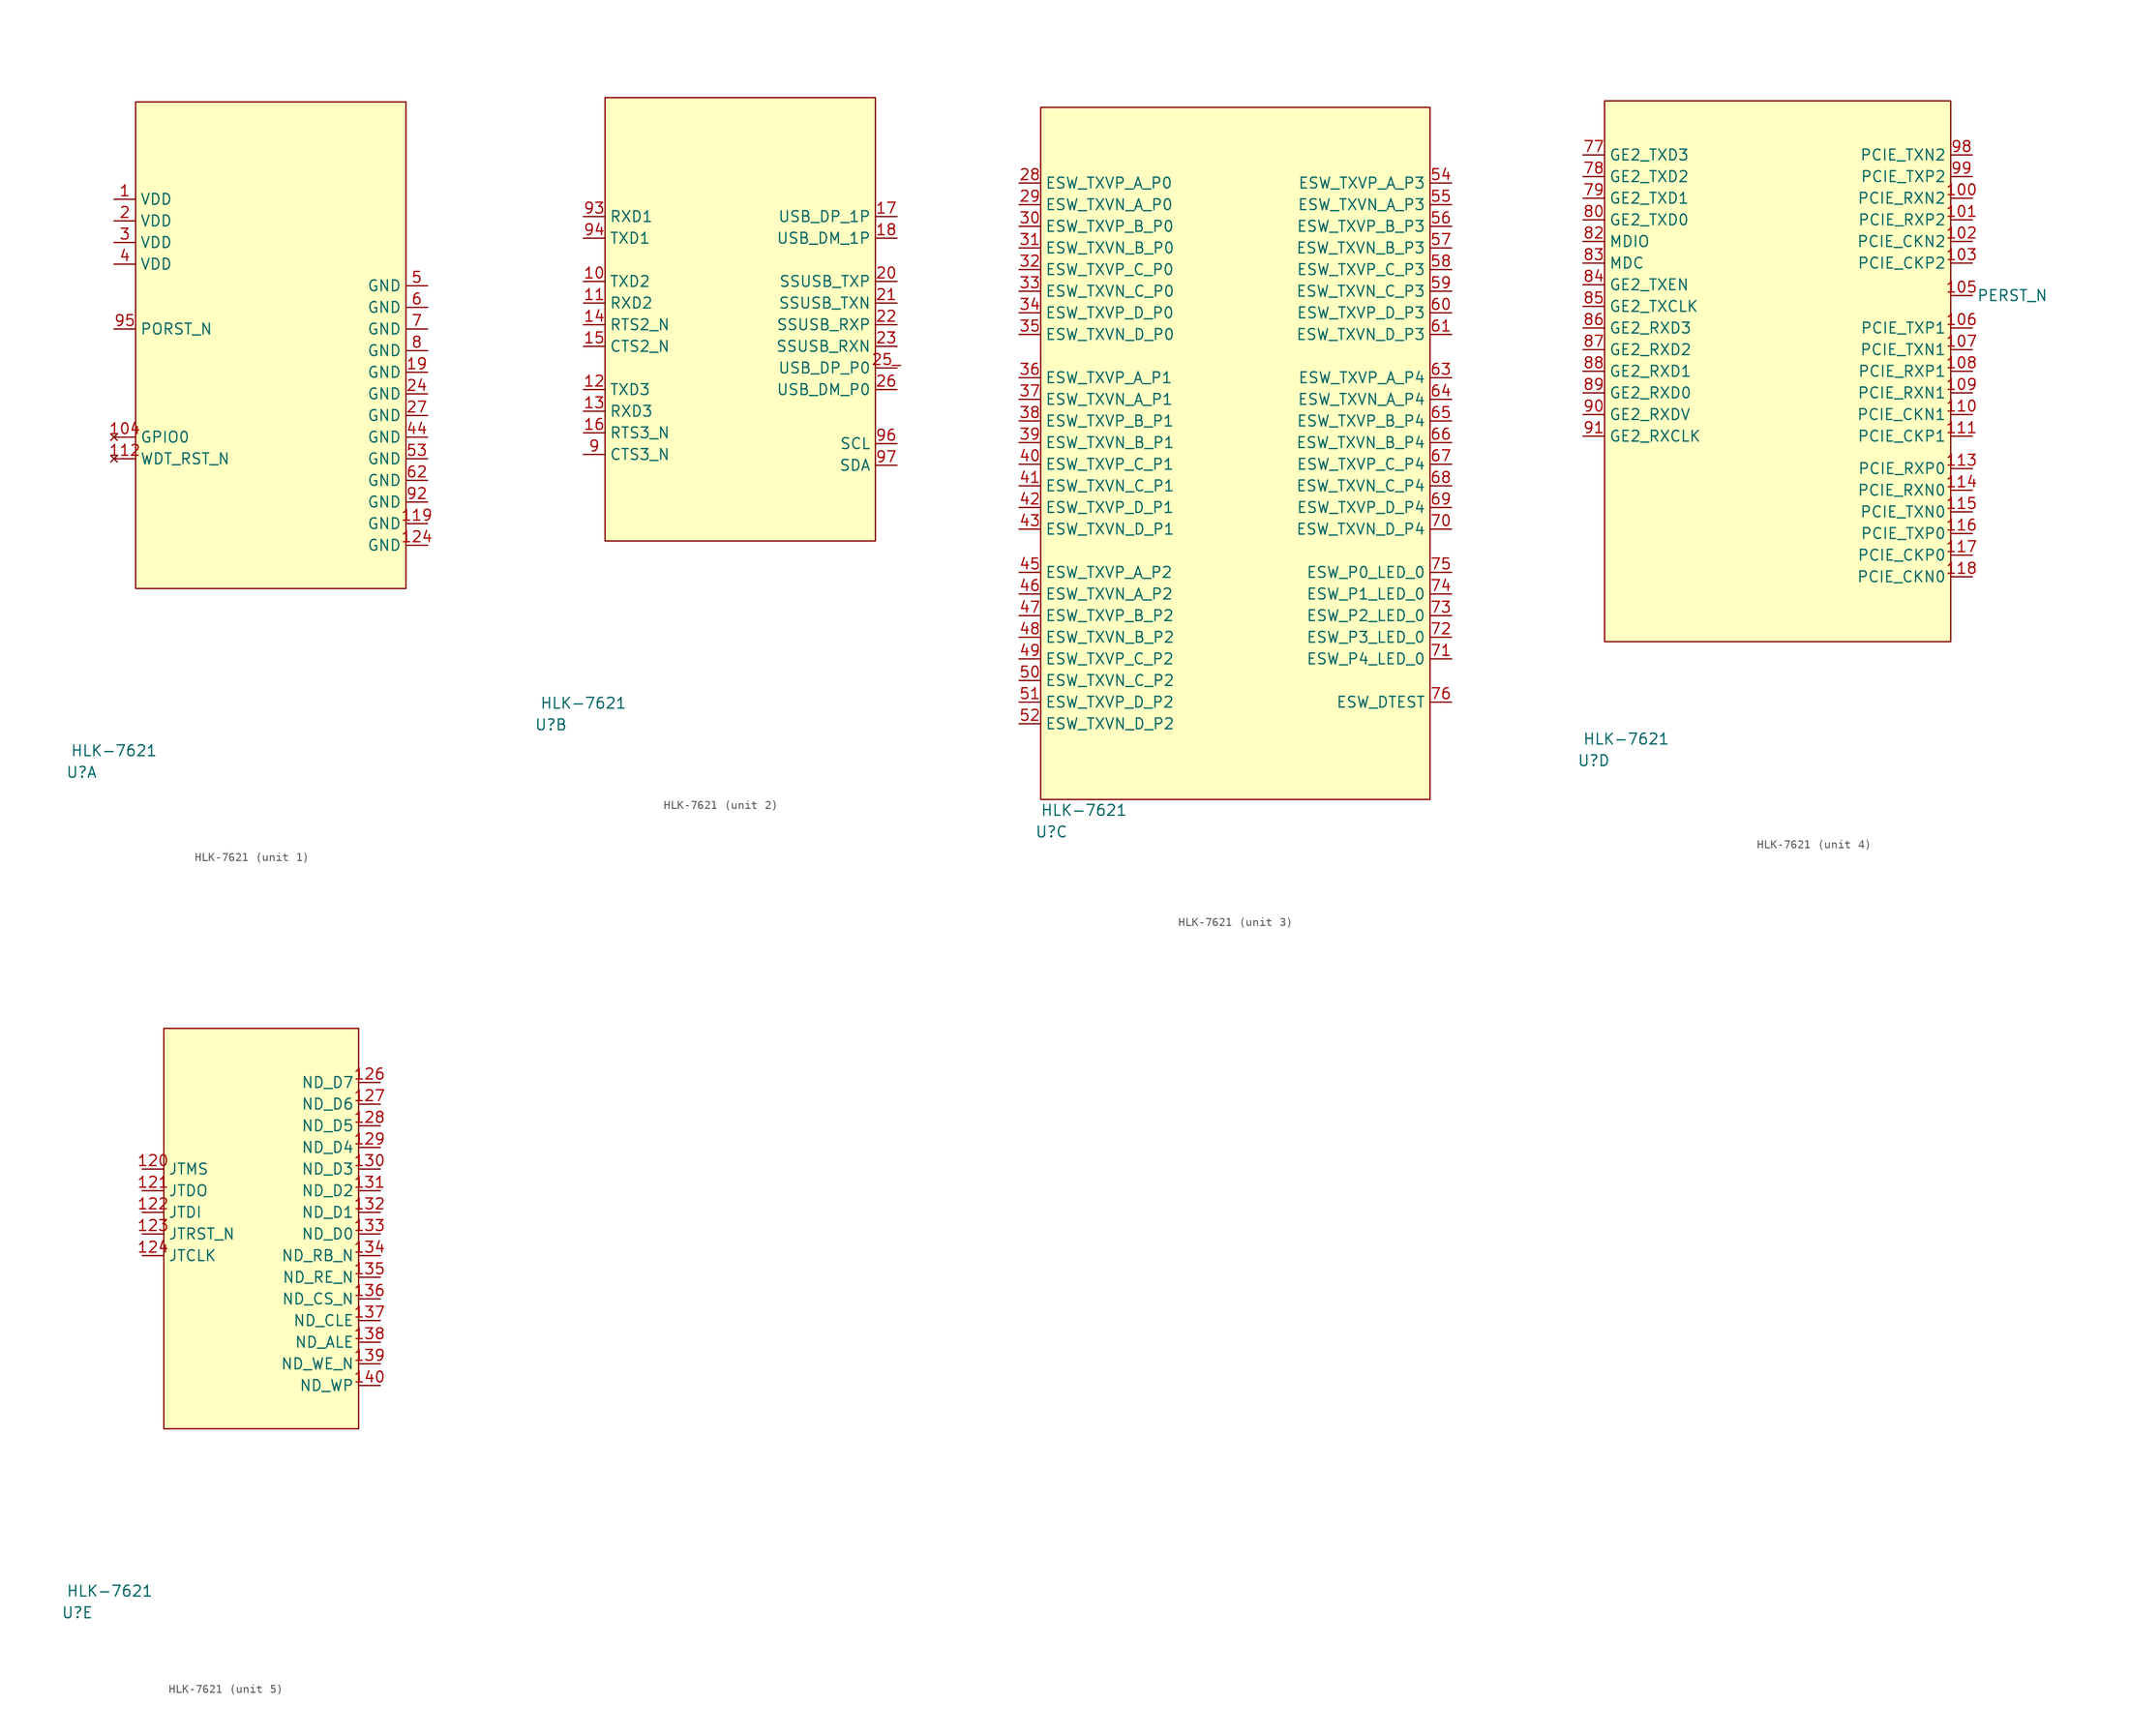
<source format=kicad_sym>
(kicad_symbol_lib
  (version 20211014)
  (generator kicad_symbol_editor)
  (symbol "HLK-7621"
    (property "Reference" "U"
      (at -21.59 -46.99 0)
      (effects (font (size 1.27 1.27))))
    (property "Value" "HLK-7621"
      (at -17.78 -44.45 0)
      (effects (font (size 1.27 1.27))))
    (property "ki_locked" ""
      (at 0 0 0)
      (effects (font (size 1.27 1.27))))
    (symbol "HLK-7621_1_1"
      (rectangle (start -15.24 31.75) (end 16.51 -25.4) (stroke (width 0) (type default) (color 0 0 0 0)) (fill (type background)))
      (pin power_in line (at -17.78 20.32 0) (length 2.54) (name "VDD" (effects (font (size 1.27 1.27)))) (number "1" (effects (font (size 1.27 1.27)))))
      (pin no_connect line (at -17.78 -7.62 0) (length 2.54) (name "GPIO0" (effects (font (size 1.27 1.27)))) (number "104" (effects (font (size 1.27 1.27)))))
      (pin no_connect line (at -17.78 -10.16 0) (length 2.54) (name "WDT_RST_N" (effects (font (size 1.27 1.27)))) (number "112" (effects (font (size 1.27 1.27)))))
      (pin power_in line (at 19.05 -17.78 180) (length 2.54) (name "GND" (effects (font (size 1.27 1.27)))) (number "119" (effects (font (size 1.27 1.27)))))
      (pin power_in line (at 19.05 -20.32 180) (length 2.54) (name "GND" (effects (font (size 1.27 1.27)))) (number "124" (effects (font (size 1.27 1.27)))))
      (pin power_in line (at 19.05 0 180) (length 2.54) (name "GND" (effects (font (size 1.27 1.27)))) (number "19" (effects (font (size 1.27 1.27)))))
      (pin power_in line (at -17.78 17.78 0) (length 2.54) (name "VDD" (effects (font (size 1.27 1.27)))) (number "2" (effects (font (size 1.27 1.27)))))
      (pin power_in line (at 19.05 -2.54 180) (length 2.54) (name "GND" (effects (font (size 1.27 1.27)))) (number "24" (effects (font (size 1.27 1.27)))))
      (pin power_in line (at 19.05 -5.08 180) (length 2.54) (name "GND" (effects (font (size 1.27 1.27)))) (number "27" (effects (font (size 1.27 1.27)))))
      (pin power_in line (at -17.78 15.24 0) (length 2.54) (name "VDD" (effects (font (size 1.27 1.27)))) (number "3" (effects (font (size 1.27 1.27)))))
      (pin power_in line (at -17.78 12.7 0) (length 2.54) (name "VDD" (effects (font (size 1.27 1.27)))) (number "4" (effects (font (size 1.27 1.27)))))
      (pin power_in line (at 19.05 -7.62 180) (length 2.54) (name "GND" (effects (font (size 1.27 1.27)))) (number "44" (effects (font (size 1.27 1.27)))))
      (pin power_in line (at 19.05 10.16 180) (length 2.54) (name "GND" (effects (font (size 1.27 1.27)))) (number "5" (effects (font (size 1.27 1.27)))))
      (pin power_in line (at 19.05 -10.16 180) (length 2.54) (name "GND" (effects (font (size 1.27 1.27)))) (number "53" (effects (font (size 1.27 1.27)))))
      (pin power_in line (at 19.05 7.62 180) (length 2.54) (name "GND" (effects (font (size 1.27 1.27)))) (number "6" (effects (font (size 1.27 1.27)))))
      (pin power_in line (at 19.05 -12.7 180) (length 2.54) (name "GND" (effects (font (size 1.27 1.27)))) (number "62" (effects (font (size 1.27 1.27)))))
      (pin power_in line (at 19.05 5.08 180) (length 2.54) (name "GND" (effects (font (size 1.27 1.27)))) (number "7" (effects (font (size 1.27 1.27)))))
      (pin power_in line (at 19.05 2.54 180) (length 2.54) (name "GND" (effects (font (size 1.27 1.27)))) (number "8" (effects (font (size 1.27 1.27)))))
      (pin power_in line (at 19.05 -15.24 180) (length 2.54) (name "GND" (effects (font (size 1.27 1.27)))) (number "92" (effects (font (size 1.27 1.27)))))
      (pin input line (at -17.78 5.08 0) (length 2.54) (name "PORST_N" (effects (font (size 1.27 1.27)))) (number "95" (effects (font (size 1.27 1.27))))))
    (symbol "HLK-7621_2_1"
      (rectangle (start -15.24 26.67) (end 16.51 -25.4) (stroke (width 0) (type default) (color 0 0 0 0)) (fill (type background)))
      (pin output line (at -17.78 5.08 0) (length 2.54) (name "TXD2" (effects (font (size 1.27 1.27)))) (number "10" (effects (font (size 1.27 1.27)))))
      (pin input line (at -17.78 2.54 0) (length 2.54) (name "RXD2" (effects (font (size 1.27 1.27)))) (number "11" (effects (font (size 1.27 1.27)))))
      (pin output line (at -17.78 -7.62 0) (length 2.54) (name "TXD3" (effects (font (size 1.27 1.27)))) (number "12" (effects (font (size 1.27 1.27)))))
      (pin input line (at -17.78 -10.16 0) (length 2.54) (name "RXD3" (effects (font (size 1.27 1.27)))) (number "13" (effects (font (size 1.27 1.27)))))
      (pin output line (at -17.78 0 0) (length 2.54) (name "RTS2_N" (effects (font (size 1.27 1.27)))) (number "14" (effects (font (size 1.27 1.27)))))
      (pin input line (at -17.78 -2.54 0) (length 2.54) (name "CTS2_N" (effects (font (size 1.27 1.27)))) (number "15" (effects (font (size 1.27 1.27)))))
      (pin output line (at -17.78 -12.7 0) (length 2.54) (name "RTS3_N" (effects (font (size 1.27 1.27)))) (number "16" (effects (font (size 1.27 1.27)))))
      (pin input line (at 19.05 12.7 180) (length 2.54) (name "USB_DP_1P" (effects (font (size 1.27 1.27)))) (number "17" (effects (font (size 1.27 1.27)))))
      (pin output line (at 19.05 10.16 180) (length 2.54) (name "USB_DM_1P" (effects (font (size 1.27 1.27)))) (number "18" (effects (font (size 1.27 1.27)))))
      (pin output line (at 19.05 5.08 180) (length 2.54) (name "SSUSB_TXP" (effects (font (size 1.27 1.27)))) (number "20" (effects (font (size 1.27 1.27)))))
      (pin output line (at 19.05 2.54 180) (length 2.54) (name "SSUSB_TXN" (effects (font (size 1.27 1.27)))) (number "21" (effects (font (size 1.27 1.27)))))
      (pin input line (at 19.05 0 180) (length 2.54) (name "SSUSB_RXP" (effects (font (size 1.27 1.27)))) (number "22" (effects (font (size 1.27 1.27)))))
      (pin input line (at 19.05 -2.54 180) (length 2.54) (name "SSUSB_RXN" (effects (font (size 1.27 1.27)))) (number "23" (effects (font (size 1.27 1.27)))))
      (pin input line (at 19.05 -5.08 180) (length 2.54) (name "USB_DP_P0" (effects (font (size 1.27 1.27)))) (number "25_" (effects (font (size 1.27 1.27)))))
      (pin output line (at 19.05 -7.62 180) (length 2.54) (name "USB_DM_P0" (effects (font (size 1.27 1.27)))) (number "26" (effects (font (size 1.27 1.27)))))
      (pin input line (at -17.78 -15.24 0) (length 2.54) (name "CTS3_N" (effects (font (size 1.27 1.27)))) (number "9" (effects (font (size 1.27 1.27)))))
      (pin input line (at -17.78 12.7 0) (length 2.54) (name "RXD1" (effects (font (size 1.27 1.27)))) (number "93" (effects (font (size 1.27 1.27)))))
      (pin output line (at -17.78 10.16 0) (length 2.54) (name "TXD1" (effects (font (size 1.27 1.27)))) (number "94" (effects (font (size 1.27 1.27)))))
      (pin bidirectional line (at 19.05 -13.97 180) (length 2.54) (name "SCL" (effects (font (size 1.27 1.27)))) (number "96" (effects (font (size 1.27 1.27)))))
      (pin bidirectional line (at 19.05 -16.51 180) (length 2.54) (name "SDA" (effects (font (size 1.27 1.27)))) (number "97" (effects (font (size 1.27 1.27))))))
    (symbol "HLK-7621_3_1"
      (rectangle (start -22.86 38.1) (end 22.86 -43.18) (stroke (width 0) (type default) (color 0 0 0 0)) (fill (type background)))
      (pin bidirectional line (at -25.4 29.21 0) (length 2.54) (name "ESW_TXVP_A_P0" (effects (font (size 1.27 1.27)))) (number "28" (effects (font (size 1.27 1.27)))))
      (pin bidirectional line (at -25.4 26.67 0) (length 2.54) (name "ESW_TXVN_A_P0" (effects (font (size 1.27 1.27)))) (number "29" (effects (font (size 1.27 1.27)))))
      (pin bidirectional line (at -25.4 24.13 0) (length 2.54) (name "ESW_TXVP_B_P0" (effects (font (size 1.27 1.27)))) (number "30" (effects (font (size 1.27 1.27)))))
      (pin bidirectional line (at -25.4 21.59 0) (length 2.54) (name "ESW_TXVN_B_P0" (effects (font (size 1.27 1.27)))) (number "31" (effects (font (size 1.27 1.27)))))
      (pin bidirectional line (at -25.4 19.05 0) (length 2.54) (name "ESW_TXVP_C_P0" (effects (font (size 1.27 1.27)))) (number "32" (effects (font (size 1.27 1.27)))))
      (pin bidirectional line (at -25.4 16.51 0) (length 2.54) (name "ESW_TXVN_C_P0" (effects (font (size 1.27 1.27)))) (number "33" (effects (font (size 1.27 1.27)))))
      (pin bidirectional line (at -25.4 13.97 0) (length 2.54) (name "ESW_TXVP_D_P0" (effects (font (size 1.27 1.27)))) (number "34" (effects (font (size 1.27 1.27)))))
      (pin bidirectional line (at -25.4 11.43 0) (length 2.54) (name "ESW_TXVN_D_P0" (effects (font (size 1.27 1.27)))) (number "35" (effects (font (size 1.27 1.27)))))
      (pin bidirectional line (at -25.4 6.35 0) (length 2.54) (name "ESW_TXVP_A_P1" (effects (font (size 1.27 1.27)))) (number "36" (effects (font (size 1.27 1.27)))))
      (pin bidirectional line (at -25.4 3.81 0) (length 2.54) (name "ESW_TXVN_A_P1" (effects (font (size 1.27 1.27)))) (number "37" (effects (font (size 1.27 1.27)))))
      (pin bidirectional line (at -25.4 1.27 0) (length 2.54) (name "ESW_TXVP_B_P1" (effects (font (size 1.27 1.27)))) (number "38" (effects (font (size 1.27 1.27)))))
      (pin bidirectional line (at -25.4 -1.27 0) (length 2.54) (name "ESW_TXVN_B_P1" (effects (font (size 1.27 1.27)))) (number "39" (effects (font (size 1.27 1.27)))))
      (pin bidirectional line (at -25.4 -3.81 0) (length 2.54) (name "ESW_TXVP_C_P1" (effects (font (size 1.27 1.27)))) (number "40" (effects (font (size 1.27 1.27)))))
      (pin bidirectional line (at -25.4 -6.35 0) (length 2.54) (name "ESW_TXVN_C_P1" (effects (font (size 1.27 1.27)))) (number "41" (effects (font (size 1.27 1.27)))))
      (pin bidirectional line (at -25.4 -8.89 0) (length 2.54) (name "ESW_TXVP_D_P1" (effects (font (size 1.27 1.27)))) (number "42" (effects (font (size 1.27 1.27)))))
      (pin bidirectional line (at -25.4 -11.43 0) (length 2.54) (name "ESW_TXVN_D_P1" (effects (font (size 1.27 1.27)))) (number "43" (effects (font (size 1.27 1.27)))))
      (pin bidirectional line (at -25.4 -16.51 0) (length 2.54) (name "ESW_TXVP_A_P2" (effects (font (size 1.27 1.27)))) (number "45" (effects (font (size 1.27 1.27)))))
      (pin bidirectional line (at -25.4 -19.05 0) (length 2.54) (name "ESW_TXVN_A_P2" (effects (font (size 1.27 1.27)))) (number "46" (effects (font (size 1.27 1.27)))))
      (pin bidirectional line (at -25.4 -21.59 0) (length 2.54) (name "ESW_TXVP_B_P2" (effects (font (size 1.27 1.27)))) (number "47" (effects (font (size 1.27 1.27)))))
      (pin bidirectional line (at -25.4 -24.13 0) (length 2.54) (name "ESW_TXVN_B_P2" (effects (font (size 1.27 1.27)))) (number "48" (effects (font (size 1.27 1.27)))))
      (pin bidirectional line (at -25.4 -26.67 0) (length 2.54) (name "ESW_TXVP_C_P2" (effects (font (size 1.27 1.27)))) (number "49" (effects (font (size 1.27 1.27)))))
      (pin bidirectional line (at -25.4 -29.21 0) (length 2.54) (name "ESW_TXVN_C_P2" (effects (font (size 1.27 1.27)))) (number "50" (effects (font (size 1.27 1.27)))))
      (pin bidirectional line (at -25.4 -31.75 0) (length 2.54) (name "ESW_TXVP_D_P2" (effects (font (size 1.27 1.27)))) (number "51" (effects (font (size 1.27 1.27)))))
      (pin bidirectional line (at -25.4 -34.29 0) (length 2.54) (name "ESW_TXVN_D_P2" (effects (font (size 1.27 1.27)))) (number "52" (effects (font (size 1.27 1.27)))))
      (pin bidirectional line (at 25.4 29.21 180) (length 2.54) (name "ESW_TXVP_A_P3" (effects (font (size 1.27 1.27)))) (number "54" (effects (font (size 1.27 1.27)))))
      (pin bidirectional line (at 25.4 26.67 180) (length 2.54) (name "ESW_TXVN_A_P3" (effects (font (size 1.27 1.27)))) (number "55" (effects (font (size 1.27 1.27)))))
      (pin bidirectional line (at 25.4 24.13 180) (length 2.54) (name "ESW_TXVP_B_P3" (effects (font (size 1.27 1.27)))) (number "56" (effects (font (size 1.27 1.27)))))
      (pin bidirectional line (at 25.4 21.59 180) (length 2.54) (name "ESW_TXVN_B_P3" (effects (font (size 1.27 1.27)))) (number "57" (effects (font (size 1.27 1.27)))))
      (pin bidirectional line (at 25.4 19.05 180) (length 2.54) (name "ESW_TXVP_C_P3" (effects (font (size 1.27 1.27)))) (number "58" (effects (font (size 1.27 1.27)))))
      (pin bidirectional line (at 25.4 16.51 180) (length 2.54) (name "ESW_TXVN_C_P3" (effects (font (size 1.27 1.27)))) (number "59" (effects (font (size 1.27 1.27)))))
      (pin bidirectional line (at 25.4 13.97 180) (length 2.54) (name "ESW_TXVP_D_P3" (effects (font (size 1.27 1.27)))) (number "60" (effects (font (size 1.27 1.27)))))
      (pin bidirectional line (at 25.4 11.43 180) (length 2.54) (name "ESW_TXVN_D_P3" (effects (font (size 1.27 1.27)))) (number "61" (effects (font (size 1.27 1.27)))))
      (pin bidirectional line (at 25.4 6.35 180) (length 2.54) (name "ESW_TXVP_A_P4" (effects (font (size 1.27 1.27)))) (number "63" (effects (font (size 1.27 1.27)))))
      (pin bidirectional line (at 25.4 3.81 180) (length 2.54) (name "ESW_TXVN_A_P4" (effects (font (size 1.27 1.27)))) (number "64" (effects (font (size 1.27 1.27)))))
      (pin bidirectional line (at 25.4 1.27 180) (length 2.54) (name "ESW_TXVP_B_P4" (effects (font (size 1.27 1.27)))) (number "65" (effects (font (size 1.27 1.27)))))
      (pin bidirectional line (at 25.4 -1.27 180) (length 2.54) (name "ESW_TXVN_B_P4" (effects (font (size 1.27 1.27)))) (number "66" (effects (font (size 1.27 1.27)))))
      (pin bidirectional line (at 25.4 -3.81 180) (length 2.54) (name "ESW_TXVP_C_P4" (effects (font (size 1.27 1.27)))) (number "67" (effects (font (size 1.27 1.27)))))
      (pin bidirectional line (at 25.4 -6.35 180) (length 2.54) (name "ESW_TXVN_C_P4" (effects (font (size 1.27 1.27)))) (number "68" (effects (font (size 1.27 1.27)))))
      (pin bidirectional line (at 25.4 -8.89 180) (length 2.54) (name "ESW_TXVP_D_P4" (effects (font (size 1.27 1.27)))) (number "69" (effects (font (size 1.27 1.27)))))
      (pin bidirectional line (at 25.4 -11.43 180) (length 2.54) (name "ESW_TXVN_D_P4" (effects (font (size 1.27 1.27)))) (number "70" (effects (font (size 1.27 1.27)))))
      (pin output line (at 25.4 -26.67 180) (length 2.54) (name "ESW_P4_LED_0" (effects (font (size 1.27 1.27)))) (number "71" (effects (font (size 1.27 1.27)))))
      (pin output line (at 25.4 -24.13 180) (length 2.54) (name "ESW_P3_LED_0" (effects (font (size 1.27 1.27)))) (number "72" (effects (font (size 1.27 1.27)))))
      (pin output line (at 25.4 -21.59 180) (length 2.54) (name "ESW_P2_LED_0" (effects (font (size 1.27 1.27)))) (number "73" (effects (font (size 1.27 1.27)))))
      (pin output line (at 25.4 -19.05 180) (length 2.54) (name "ESW_P1_LED_0" (effects (font (size 1.27 1.27)))) (number "74" (effects (font (size 1.27 1.27)))))
      (pin output line (at 25.4 -16.51 180) (length 2.54) (name "ESW_P0_LED_0" (effects (font (size 1.27 1.27)))) (number "75" (effects (font (size 1.27 1.27)))))
      (pin output line (at 25.4 -31.75 180) (length 2.54) (name "ESW_DTEST" (effects (font (size 1.27 1.27)))) (number "76" (effects (font (size 1.27 1.27))))))
    (symbol "HLK-7621_4_1"
      (rectangle (start -20.32 30.48) (end 20.32 -33.02) (stroke (width 0) (type default) (color 0 0 0 0)) (fill (type background)))
      (pin input line (at 22.86 19.05 180) (length 2.54) (name "PCIE_RXN2" (effects (font (size 1.27 1.27)))) (number "100" (effects (font (size 1.27 1.27)))))
      (pin input line (at 22.86 16.51 180) (length 2.54) (name "PCIE_RXP2" (effects (font (size 1.27 1.27)))) (number "101" (effects (font (size 1.27 1.27)))))
      (pin input line (at 22.86 13.97 180) (length 2.54) (name "PCIE_CKN2" (effects (font (size 1.27 1.27)))) (number "102" (effects (font (size 1.27 1.27)))))
      (pin input line (at 22.86 11.43 180) (length 2.54) (name "PCIE_CKP2" (effects (font (size 1.27 1.27)))) (number "103" (effects (font (size 1.27 1.27)))))
      (pin input line (at 20.32 7.62 0) (length 2.54) (name "PERST_N" (effects (font (size 1.27 1.27)))) (number "105" (effects (font (size 1.27 1.27)))))
      (pin output line (at 22.86 3.81 180) (length 2.54) (name "PCIE_TXP1" (effects (font (size 1.27 1.27)))) (number "106" (effects (font (size 1.27 1.27)))))
      (pin output line (at 22.86 1.27 180) (length 2.54) (name "PCIE_TXN1" (effects (font (size 1.27 1.27)))) (number "107" (effects (font (size 1.27 1.27)))))
      (pin input line (at 22.86 -1.27 180) (length 2.54) (name "PCIE_RXP1" (effects (font (size 1.27 1.27)))) (number "108" (effects (font (size 1.27 1.27)))))
      (pin input line (at 22.86 -3.81 180) (length 2.54) (name "PCIE_RXN1" (effects (font (size 1.27 1.27)))) (number "109" (effects (font (size 1.27 1.27)))))
      (pin input line (at 22.86 -6.35 180) (length 2.54) (name "PCIE_CKN1" (effects (font (size 1.27 1.27)))) (number "110" (effects (font (size 1.27 1.27)))))
      (pin input line (at 22.86 -8.89 180) (length 2.54) (name "PCIE_CKP1" (effects (font (size 1.27 1.27)))) (number "111" (effects (font (size 1.27 1.27)))))
      (pin input line (at 22.86 -12.7 180) (length 2.54) (name "PCIE_RXP0" (effects (font (size 1.27 1.27)))) (number "113" (effects (font (size 1.27 1.27)))))
      (pin input line (at 22.86 -15.24 180) (length 2.54) (name "PCIE_RXN0" (effects (font (size 1.27 1.27)))) (number "114" (effects (font (size 1.27 1.27)))))
      (pin output line (at 22.86 -17.78 180) (length 2.54) (name "PCIE_TXN0" (effects (font (size 1.27 1.27)))) (number "115" (effects (font (size 1.27 1.27)))))
      (pin output line (at 22.86 -20.32 180) (length 2.54) (name "PCIE_TXP0" (effects (font (size 1.27 1.27)))) (number "116" (effects (font (size 1.27 1.27)))))
      (pin input line (at 22.86 -22.86 180) (length 2.54) (name "PCIE_CKP0" (effects (font (size 1.27 1.27)))) (number "117" (effects (font (size 1.27 1.27)))))
      (pin input line (at 22.86 -25.4 180) (length 2.54) (name "PCIE_CKN0" (effects (font (size 1.27 1.27)))) (number "118" (effects (font (size 1.27 1.27)))))
      (pin output line (at -22.86 24.13 0) (length 2.54) (name "GE2_TXD3" (effects (font (size 1.27 1.27)))) (number "77" (effects (font (size 1.27 1.27)))))
      (pin output line (at -22.86 21.59 0) (length 2.54) (name "GE2_TXD2" (effects (font (size 1.27 1.27)))) (number "78" (effects (font (size 1.27 1.27)))))
      (pin output line (at -22.86 19.05 0) (length 2.54) (name "GE2_TXD1" (effects (font (size 1.27 1.27)))) (number "79" (effects (font (size 1.27 1.27)))))
      (pin output line (at -22.86 16.51 0) (length 2.54) (name "GE2_TXD0" (effects (font (size 1.27 1.27)))) (number "80" (effects (font (size 1.27 1.27)))))
      (pin bidirectional line (at -22.86 13.97 0) (length 2.54) (name "MDIO" (effects (font (size 1.27 1.27)))) (number "82" (effects (font (size 1.27 1.27)))))
      (pin bidirectional line (at -22.86 11.43 0) (length 2.54) (name "MDC" (effects (font (size 1.27 1.27)))) (number "83" (effects (font (size 1.27 1.27)))))
      (pin input line (at -22.86 8.89 0) (length 2.54) (name "GE2_TXEN" (effects (font (size 1.27 1.27)))) (number "84" (effects (font (size 1.27 1.27)))))
      (pin input line (at -22.86 6.35 0) (length 2.54) (name "GE2_TXCLK" (effects (font (size 1.27 1.27)))) (number "85" (effects (font (size 1.27 1.27)))))
      (pin input line (at -22.86 3.81 0) (length 2.54) (name "GE2_RXD3" (effects (font (size 1.27 1.27)))) (number "86" (effects (font (size 1.27 1.27)))))
      (pin input line (at -22.86 1.27 0) (length 2.54) (name "GE2_RXD2" (effects (font (size 1.27 1.27)))) (number "87" (effects (font (size 1.27 1.27)))))
      (pin input line (at -22.86 -1.27 0) (length 2.54) (name "GE2_RXD1" (effects (font (size 1.27 1.27)))) (number "88" (effects (font (size 1.27 1.27)))))
      (pin input line (at -22.86 -3.81 0) (length 2.54) (name "GE2_RXD0" (effects (font (size 1.27 1.27)))) (number "89" (effects (font (size 1.27 1.27)))))
      (pin input line (at -22.86 -6.35 0) (length 2.54) (name "GE2_RXDV" (effects (font (size 1.27 1.27)))) (number "90" (effects (font (size 1.27 1.27)))))
      (pin input line (at -22.86 -8.89 0) (length 2.54) (name "GE2_RXCLK" (effects (font (size 1.27 1.27)))) (number "91" (effects (font (size 1.27 1.27)))))
      (pin output line (at 22.86 24.13 180) (length 2.54) (name "PCIE_TXN2" (effects (font (size 1.27 1.27)))) (number "98" (effects (font (size 1.27 1.27)))))
      (pin output line (at 22.86 21.59 180) (length 2.54) (name "PCIE_TXP2" (effects (font (size 1.27 1.27)))) (number "99" (effects (font (size 1.27 1.27))))))
    (symbol "HLK-7621_5_1"
      (rectangle (start -11.43 21.59) (end 11.43 -25.4) (stroke (width 0) (type default) (color 0 0 0 0)) (fill (type background)))
      (pin input line (at -13.97 5.08 0) (length 2.54) (name "JTMS" (effects (font (size 1.27 1.27)))) (number "120" (effects (font (size 1.27 1.27)))))
      (pin output line (at -13.97 2.54 0) (length 2.54) (name "JTDO" (effects (font (size 1.27 1.27)))) (number "121" (effects (font (size 1.27 1.27)))))
      (pin input line (at -13.97 0 0) (length 2.54) (name "JTDI" (effects (font (size 1.27 1.27)))) (number "122" (effects (font (size 1.27 1.27)))))
      (pin input line (at -13.97 -2.54 0) (length 2.54) (name "JTRST_N" (effects (font (size 1.27 1.27)))) (number "123" (effects (font (size 1.27 1.27)))))
      (pin input line (at -13.97 -5.08 0) (length 2.54) (name "JTCLK" (effects (font (size 1.27 1.27)))) (number "124" (effects (font (size 1.27 1.27)))))
      (pin input line (at 13.97 15.24 180) (length 2.54) (name "ND_D7" (effects (font (size 1.27 1.27)))) (number "126" (effects (font (size 1.27 1.27)))))
      (pin input line (at 13.97 12.7 180) (length 2.54) (name "ND_D6" (effects (font (size 1.27 1.27)))) (number "127" (effects (font (size 1.27 1.27)))))
      (pin input line (at 13.97 10.16 180) (length 2.54) (name "ND_D5" (effects (font (size 1.27 1.27)))) (number "128" (effects (font (size 1.27 1.27)))))
      (pin input line (at 13.97 7.62 180) (length 2.54) (name "ND_D4" (effects (font (size 1.27 1.27)))) (number "129" (effects (font (size 1.27 1.27)))))
      (pin input line (at 13.97 5.08 180) (length 2.54) (name "ND_D3" (effects (font (size 1.27 1.27)))) (number "130" (effects (font (size 1.27 1.27)))))
      (pin input line (at 13.97 2.54 180) (length 2.54) (name "ND_D2" (effects (font (size 1.27 1.27)))) (number "131" (effects (font (size 1.27 1.27)))))
      (pin input line (at 13.97 0 180) (length 2.54) (name "ND_D1" (effects (font (size 1.27 1.27)))) (number "132" (effects (font (size 1.27 1.27)))))
      (pin input line (at 13.97 -2.54 180) (length 2.54) (name "ND_D0" (effects (font (size 1.27 1.27)))) (number "133" (effects (font (size 1.27 1.27)))))
      (pin input line (at 13.97 -5.08 180) (length 2.54) (name "ND_RB_N" (effects (font (size 1.27 1.27)))) (number "134" (effects (font (size 1.27 1.27)))))
      (pin input line (at 13.97 -7.62 180) (length 2.54) (name "ND_RE_N" (effects (font (size 1.27 1.27)))) (number "135" (effects (font (size 1.27 1.27)))))
      (pin input line (at 13.97 -10.16 180) (length 2.54) (name "ND_CS_N" (effects (font (size 1.27 1.27)))) (number "136" (effects (font (size 1.27 1.27)))))
      (pin input line (at 13.97 -12.7 180) (length 2.54) (name "ND_CLE" (effects (font (size 1.27 1.27)))) (number "137" (effects (font (size 1.27 1.27)))))
      (pin input line (at 13.97 -15.24 180) (length 2.54) (name "ND_ALE" (effects (font (size 1.27 1.27)))) (number "138" (effects (font (size 1.27 1.27)))))
      (pin input line (at 13.97 -17.78 180) (length 2.54) (name "ND_WE_N" (effects (font (size 1.27 1.27)))) (number "139" (effects (font (size 1.27 1.27)))))
      (pin input line (at 13.97 -20.32 180) (length 2.54) (name "ND_WP" (effects (font (size 1.27 1.27)))) (number "140" (effects (font (size 1.27 1.27))))))))
</source>
